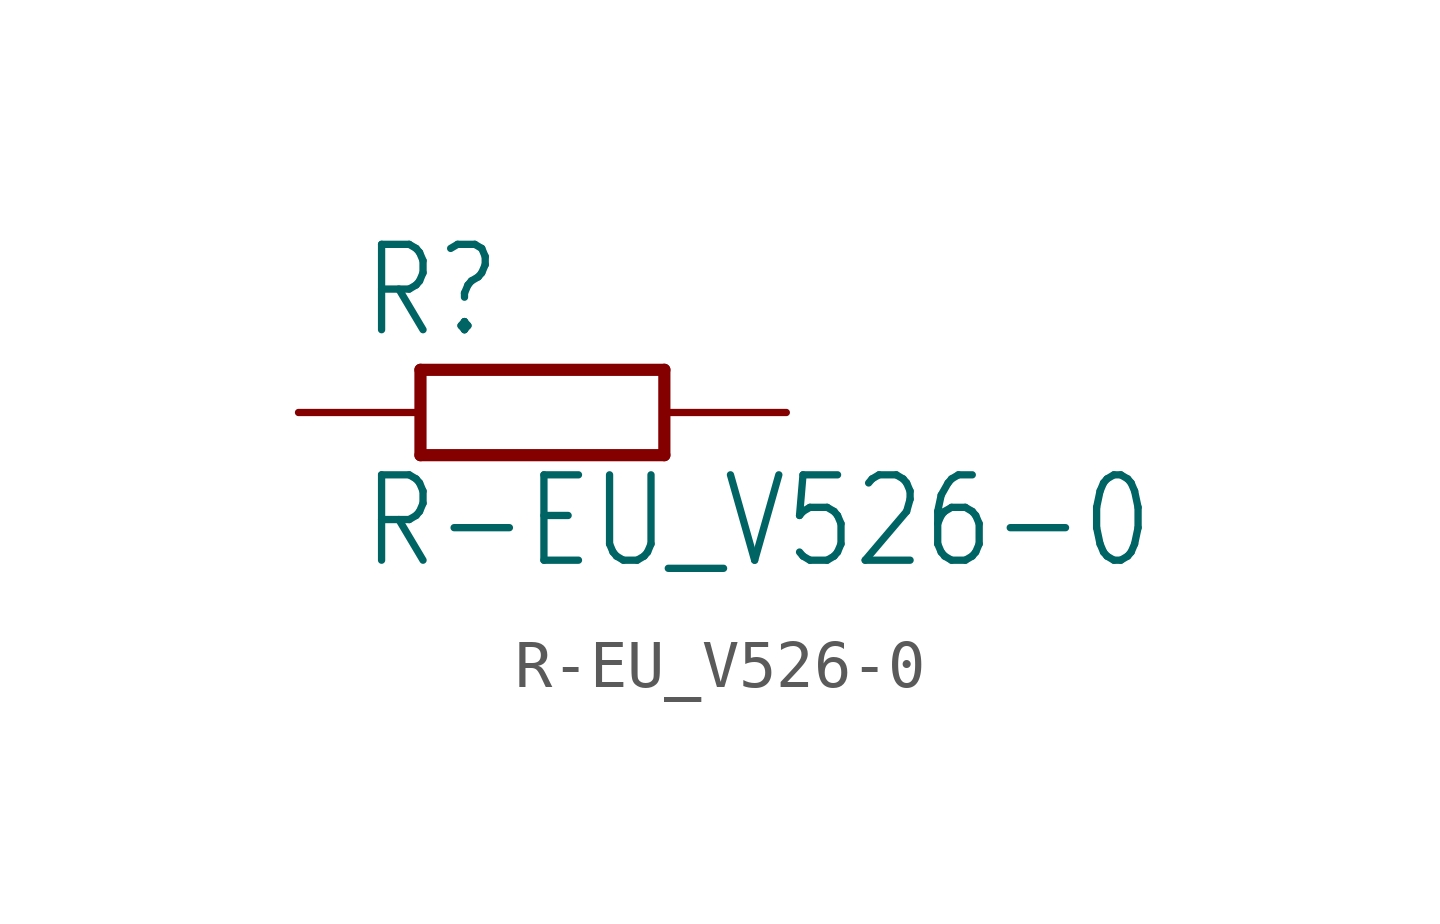
<source format=kicad_sym>
(kicad_symbol_lib
  (version 20210619)
  (generator kicad_symbol_editor)
  (symbol "R-EU_V526-0"
    (property "Reference" "R"
      (at -3.81 1.499 0)
      (effects (font (size 1.778 1.511)) (justify left bottom)))
    (property "Value" "R-EU_V526-0"
      (at -3.81 -3.302 0)
      (effects (font (size 1.778 1.511)) (justify left bottom)))
    (property "ki_locked" ""
      (at 0 0 0)
      (effects (font (size 1.27 1.27))))
    (symbol "R-EU_V526-0_1_0"
      (polyline (pts (xy -2.54 -0.889) (xy -2.54 0.889)) (stroke (width 0.254)) (fill (type none)))
      (polyline (pts (xy -2.54 -0.889) (xy 2.54 -0.889)) (stroke (width 0.254)) (fill (type none)))
      (polyline (pts (xy 2.54 -0.889) (xy 2.54 0.889)) (stroke (width 0.254)) (fill (type none)))
      (polyline (pts (xy 2.54 0.889) (xy -2.54 0.889)) (stroke (width 0.254)) (fill (type none)))
      (pin passive line (at -5.08 0 0) (length 2.54) (name "1" (effects (font (size 0 0)))) (number "1" (effects (font (size 0 0)))))
      (pin passive line (at 5.08 0 180) (length 2.54) (name "2" (effects (font (size 0 0)))) (number "2" (effects (font (size 0 0))))))))
</source>
